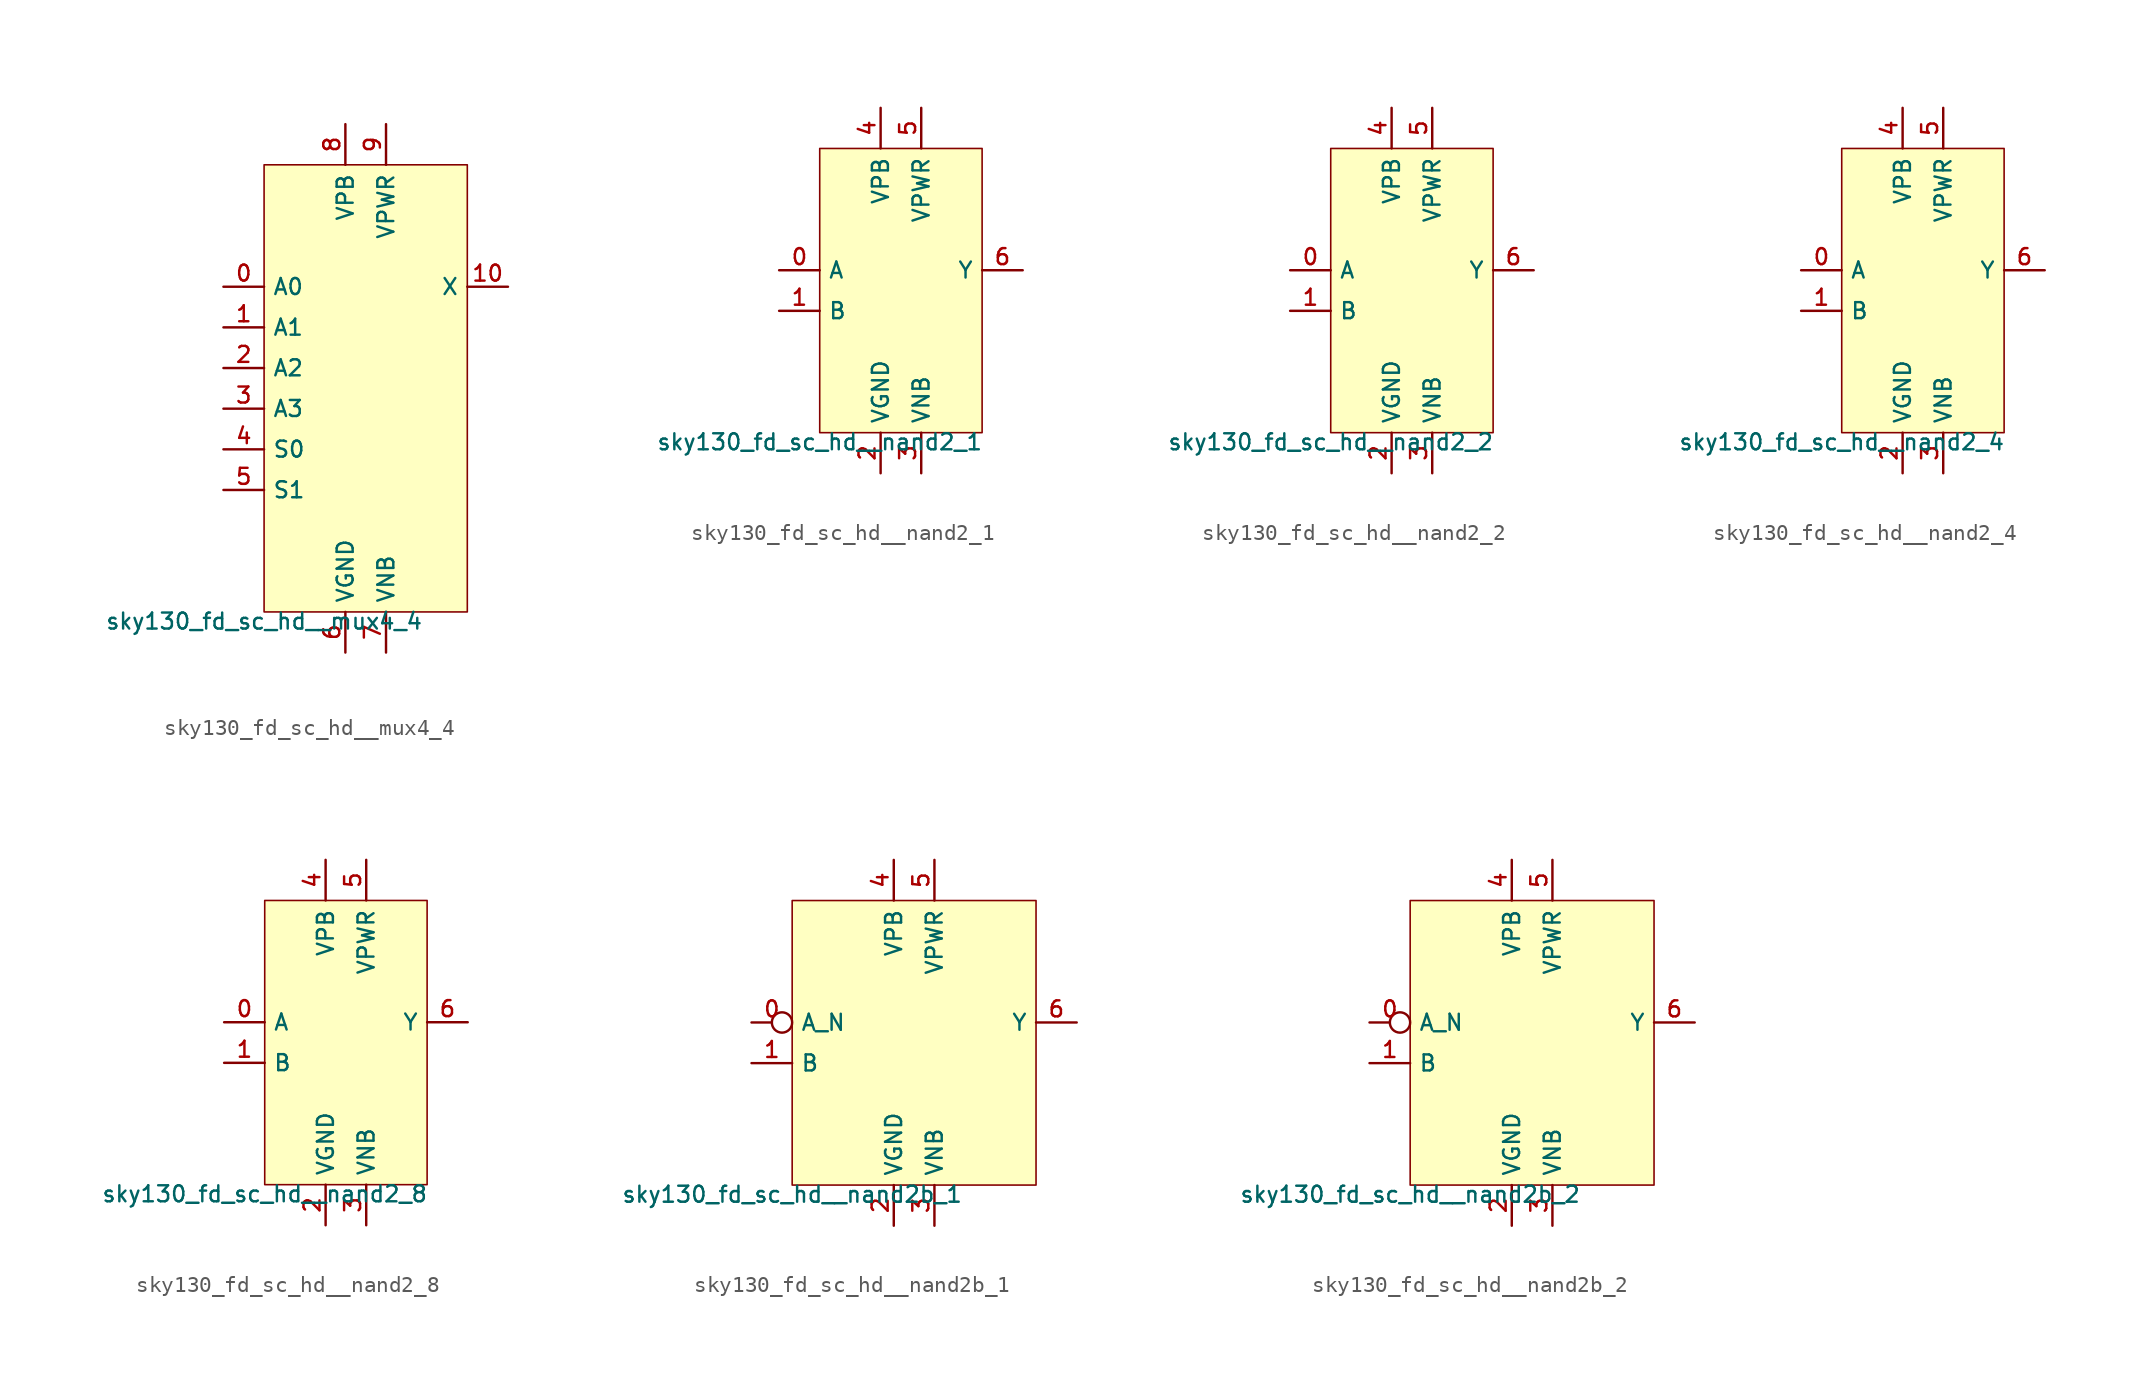
<source format=kicad_sym>
(kicad_symbol_lib
  (version 20211014)
  (generator lef2kicad_sym)
  (symbol "sky130_fd_sc_hd__mux4_4"
    (property "Reference" "X"
      (at 0 0 0)
      (effects (font (size 1 1)) hide))
    (property "Value" "sky130_fd_sc_hd__mux4_4"
      (at -6.35 -13.97 0)
      (effects (font (size 1 1)) (justify top)))
    (rectangle
      (start -6.35 -13.97)
      (end 6.35 13.97)
      (stroke (width 0.1) (type solid) (color 0 0 0 0))
      (fill (type background)))
    (pin input line
      (at -8.89 6.35 0)
      (length 2.54)
      (name "A0" (effects (font (size 1 1)) hide))
      (number "0" (effects (font (size 1 1)) hide)))
    (pin input line
      (at -8.89 3.81 0)
      (length 2.54)
      (name "A1" (effects (font (size 1 1)) hide))
      (number "1" (effects (font (size 1 1)) hide)))
    (pin input line
      (at -8.89 1.27 0)
      (length 2.54)
      (name "A2" (effects (font (size 1 1)) hide))
      (number "2" (effects (font (size 1 1)) hide)))
    (pin input line
      (at -8.89 -1.27 0)
      (length 2.54)
      (name "A3" (effects (font (size 1 1)) hide))
      (number "3" (effects (font (size 1 1)) hide)))
    (pin input line
      (at -8.89 -3.81 0)
      (length 2.54)
      (name "S0" (effects (font (size 1 1)) hide))
      (number "4" (effects (font (size 1 1)) hide)))
    (pin input line
      (at -8.89 -6.35 0)
      (length 2.54)
      (name "S1" (effects (font (size 1 1)) hide))
      (number "5" (effects (font (size 1 1)) hide)))
    (pin power_in line
      (at -1.27 -16.51 90)
      (length 2.54)
      (name "VGND" (effects (font (size 1 1)) hide))
      (number "6" (effects (font (size 1 1)) hide)))
    (pin power_in line
      (at 1.27 -16.51 90)
      (length 2.54)
      (name "VNB" (effects (font (size 1 1)) hide))
      (number "7" (effects (font (size 1 1)) hide)))
    (pin power_in line
      (at -1.27 16.51 270)
      (length 2.54)
      (name "VPB" (effects (font (size 1 1)) hide))
      (number "8" (effects (font (size 1 1)) hide)))
    (pin power_in line
      (at 1.27 16.51 270)
      (length 2.54)
      (name "VPWR" (effects (font (size 1 1)) hide))
      (number "9" (effects (font (size 1 1)) hide)))
    (pin output line
      (at 8.89 6.35 180)
      (length 2.54)
      (name "X" (effects (font (size 1 1)) hide))
      (number "10" (effects (font (size 1 1)) hide))))
  (symbol "sky130_fd_sc_hd__nand2_1"
    (property "Reference" "X"
      (at 0 0 0)
      (effects (font (size 1 1)) hide))
    (property "Value" "sky130_fd_sc_hd__nand2_1"
      (at -5.08 -8.89 0)
      (effects (font (size 1 1)) (justify top)))
    (rectangle
      (start -5.08 -8.89)
      (end 5.08 8.89)
      (stroke (width 0.1) (type solid) (color 0 0 0 0))
      (fill (type background)))
    (pin input line
      (at -7.62 1.27 0)
      (length 2.54)
      (name "A" (effects (font (size 1 1)) hide))
      (number "0" (effects (font (size 1 1)) hide)))
    (pin input line
      (at -7.62 -1.27 0)
      (length 2.54)
      (name "B" (effects (font (size 1 1)) hide))
      (number "1" (effects (font (size 1 1)) hide)))
    (pin power_in line
      (at -1.27 -11.43 90)
      (length 2.54)
      (name "VGND" (effects (font (size 1 1)) hide))
      (number "2" (effects (font (size 1 1)) hide)))
    (pin power_in line
      (at 1.27 -11.43 90)
      (length 2.54)
      (name "VNB" (effects (font (size 1 1)) hide))
      (number "3" (effects (font (size 1 1)) hide)))
    (pin power_in line
      (at -1.27 11.43 270)
      (length 2.54)
      (name "VPB" (effects (font (size 1 1)) hide))
      (number "4" (effects (font (size 1 1)) hide)))
    (pin power_in line
      (at 1.27 11.43 270)
      (length 2.54)
      (name "VPWR" (effects (font (size 1 1)) hide))
      (number "5" (effects (font (size 1 1)) hide)))
    (pin output line
      (at 7.62 1.27 180)
      (length 2.54)
      (name "Y" (effects (font (size 1 1)) hide))
      (number "6" (effects (font (size 1 1)) hide))))
  (symbol "sky130_fd_sc_hd__nand2_2"
    (property "Reference" "X"
      (at 0 0 0)
      (effects (font (size 1 1)) hide))
    (property "Value" "sky130_fd_sc_hd__nand2_2"
      (at -5.08 -8.89 0)
      (effects (font (size 1 1)) (justify top)))
    (rectangle
      (start -5.08 -8.89)
      (end 5.08 8.89)
      (stroke (width 0.1) (type solid) (color 0 0 0 0))
      (fill (type background)))
    (pin input line
      (at -7.62 1.27 0)
      (length 2.54)
      (name "A" (effects (font (size 1 1)) hide))
      (number "0" (effects (font (size 1 1)) hide)))
    (pin input line
      (at -7.62 -1.27 0)
      (length 2.54)
      (name "B" (effects (font (size 1 1)) hide))
      (number "1" (effects (font (size 1 1)) hide)))
    (pin power_in line
      (at -1.27 -11.43 90)
      (length 2.54)
      (name "VGND" (effects (font (size 1 1)) hide))
      (number "2" (effects (font (size 1 1)) hide)))
    (pin power_in line
      (at 1.27 -11.43 90)
      (length 2.54)
      (name "VNB" (effects (font (size 1 1)) hide))
      (number "3" (effects (font (size 1 1)) hide)))
    (pin power_in line
      (at -1.27 11.43 270)
      (length 2.54)
      (name "VPB" (effects (font (size 1 1)) hide))
      (number "4" (effects (font (size 1 1)) hide)))
    (pin power_in line
      (at 1.27 11.43 270)
      (length 2.54)
      (name "VPWR" (effects (font (size 1 1)) hide))
      (number "5" (effects (font (size 1 1)) hide)))
    (pin output line
      (at 7.62 1.27 180)
      (length 2.54)
      (name "Y" (effects (font (size 1 1)) hide))
      (number "6" (effects (font (size 1 1)) hide))))
  (symbol "sky130_fd_sc_hd__nand2_4"
    (property "Reference" "X"
      (at 0 0 0)
      (effects (font (size 1 1)) hide))
    (property "Value" "sky130_fd_sc_hd__nand2_4"
      (at -5.08 -8.89 0)
      (effects (font (size 1 1)) (justify top)))
    (rectangle
      (start -5.08 -8.89)
      (end 5.08 8.89)
      (stroke (width 0.1) (type solid) (color 0 0 0 0))
      (fill (type background)))
    (pin input line
      (at -7.62 1.27 0)
      (length 2.54)
      (name "A" (effects (font (size 1 1)) hide))
      (number "0" (effects (font (size 1 1)) hide)))
    (pin input line
      (at -7.62 -1.27 0)
      (length 2.54)
      (name "B" (effects (font (size 1 1)) hide))
      (number "1" (effects (font (size 1 1)) hide)))
    (pin power_in line
      (at -1.27 -11.43 90)
      (length 2.54)
      (name "VGND" (effects (font (size 1 1)) hide))
      (number "2" (effects (font (size 1 1)) hide)))
    (pin power_in line
      (at 1.27 -11.43 90)
      (length 2.54)
      (name "VNB" (effects (font (size 1 1)) hide))
      (number "3" (effects (font (size 1 1)) hide)))
    (pin power_in line
      (at -1.27 11.43 270)
      (length 2.54)
      (name "VPB" (effects (font (size 1 1)) hide))
      (number "4" (effects (font (size 1 1)) hide)))
    (pin power_in line
      (at 1.27 11.43 270)
      (length 2.54)
      (name "VPWR" (effects (font (size 1 1)) hide))
      (number "5" (effects (font (size 1 1)) hide)))
    (pin output line
      (at 7.62 1.27 180)
      (length 2.54)
      (name "Y" (effects (font (size 1 1)) hide))
      (number "6" (effects (font (size 1 1)) hide))))
  (symbol "sky130_fd_sc_hd__nand2_8"
    (property "Reference" "X"
      (at 0 0 0)
      (effects (font (size 1 1)) hide))
    (property "Value" "sky130_fd_sc_hd__nand2_8"
      (at -5.08 -8.89 0)
      (effects (font (size 1 1)) (justify top)))
    (rectangle
      (start -5.08 -8.89)
      (end 5.08 8.89)
      (stroke (width 0.1) (type solid) (color 0 0 0 0))
      (fill (type background)))
    (pin input line
      (at -7.62 1.27 0)
      (length 2.54)
      (name "A" (effects (font (size 1 1)) hide))
      (number "0" (effects (font (size 1 1)) hide)))
    (pin input line
      (at -7.62 -1.27 0)
      (length 2.54)
      (name "B" (effects (font (size 1 1)) hide))
      (number "1" (effects (font (size 1 1)) hide)))
    (pin power_in line
      (at -1.27 -11.43 90)
      (length 2.54)
      (name "VGND" (effects (font (size 1 1)) hide))
      (number "2" (effects (font (size 1 1)) hide)))
    (pin power_in line
      (at 1.27 -11.43 90)
      (length 2.54)
      (name "VNB" (effects (font (size 1 1)) hide))
      (number "3" (effects (font (size 1 1)) hide)))
    (pin power_in line
      (at -1.27 11.43 270)
      (length 2.54)
      (name "VPB" (effects (font (size 1 1)) hide))
      (number "4" (effects (font (size 1 1)) hide)))
    (pin power_in line
      (at 1.27 11.43 270)
      (length 2.54)
      (name "VPWR" (effects (font (size 1 1)) hide))
      (number "5" (effects (font (size 1 1)) hide)))
    (pin output line
      (at 7.62 1.27 180)
      (length 2.54)
      (name "Y" (effects (font (size 1 1)) hide))
      (number "6" (effects (font (size 1 1)) hide))))
  (symbol "sky130_fd_sc_hd__nand2b_1"
    (property "Reference" "X"
      (at 0 0 0)
      (effects (font (size 1 1)) hide))
    (property "Value" "sky130_fd_sc_hd__nand2b_1"
      (at -7.62 -8.89 0)
      (effects (font (size 1 1)) (justify top)))
    (rectangle
      (start -7.62 -8.89)
      (end 7.62 8.89)
      (stroke (width 0.1) (type solid) (color 0 0 0 0))
      (fill (type background)))
    (pin input inverted
      (at -10.16 1.27 0)
      (length 2.54)
      (name "A_N" (effects (font (size 1 1)) hide))
      (number "0" (effects (font (size 1 1)) hide)))
    (pin input line
      (at -10.16 -1.27 0)
      (length 2.54)
      (name "B" (effects (font (size 1 1)) hide))
      (number "1" (effects (font (size 1 1)) hide)))
    (pin power_in line
      (at -1.27 -11.43 90)
      (length 2.54)
      (name "VGND" (effects (font (size 1 1)) hide))
      (number "2" (effects (font (size 1 1)) hide)))
    (pin power_in line
      (at 1.27 -11.43 90)
      (length 2.54)
      (name "VNB" (effects (font (size 1 1)) hide))
      (number "3" (effects (font (size 1 1)) hide)))
    (pin power_in line
      (at -1.27 11.43 270)
      (length 2.54)
      (name "VPB" (effects (font (size 1 1)) hide))
      (number "4" (effects (font (size 1 1)) hide)))
    (pin power_in line
      (at 1.27 11.43 270)
      (length 2.54)
      (name "VPWR" (effects (font (size 1 1)) hide))
      (number "5" (effects (font (size 1 1)) hide)))
    (pin output line
      (at 10.16 1.27 180)
      (length 2.54)
      (name "Y" (effects (font (size 1 1)) hide))
      (number "6" (effects (font (size 1 1)) hide))))
  (symbol "sky130_fd_sc_hd__nand2b_2"
    (property "Reference" "X"
      (at 0 0 0)
      (effects (font (size 1 1)) hide))
    (property "Value" "sky130_fd_sc_hd__nand2b_2"
      (at -7.62 -8.89 0)
      (effects (font (size 1 1)) (justify top)))
    (rectangle
      (start -7.62 -8.89)
      (end 7.62 8.89)
      (stroke (width 0.1) (type solid) (color 0 0 0 0))
      (fill (type background)))
    (pin input inverted
      (at -10.16 1.27 0)
      (length 2.54)
      (name "A_N" (effects (font (size 1 1)) hide))
      (number "0" (effects (font (size 1 1)) hide)))
    (pin input line
      (at -10.16 -1.27 0)
      (length 2.54)
      (name "B" (effects (font (size 1 1)) hide))
      (number "1" (effects (font (size 1 1)) hide)))
    (pin power_in line
      (at -1.27 -11.43 90)
      (length 2.54)
      (name "VGND" (effects (font (size 1 1)) hide))
      (number "2" (effects (font (size 1 1)) hide)))
    (pin power_in line
      (at 1.27 -11.43 90)
      (length 2.54)
      (name "VNB" (effects (font (size 1 1)) hide))
      (number "3" (effects (font (size 1 1)) hide)))
    (pin power_in line
      (at -1.27 11.43 270)
      (length 2.54)
      (name "VPB" (effects (font (size 1 1)) hide))
      (number "4" (effects (font (size 1 1)) hide)))
    (pin power_in line
      (at 1.27 11.43 270)
      (length 2.54)
      (name "VPWR" (effects (font (size 1 1)) hide))
      (number "5" (effects (font (size 1 1)) hide)))
    (pin output line
      (at 10.16 1.27 180)
      (length 2.54)
      (name "Y" (effects (font (size 1 1)) hide))
      (number "6" (effects (font (size 1 1)) hide)))))
</source>
